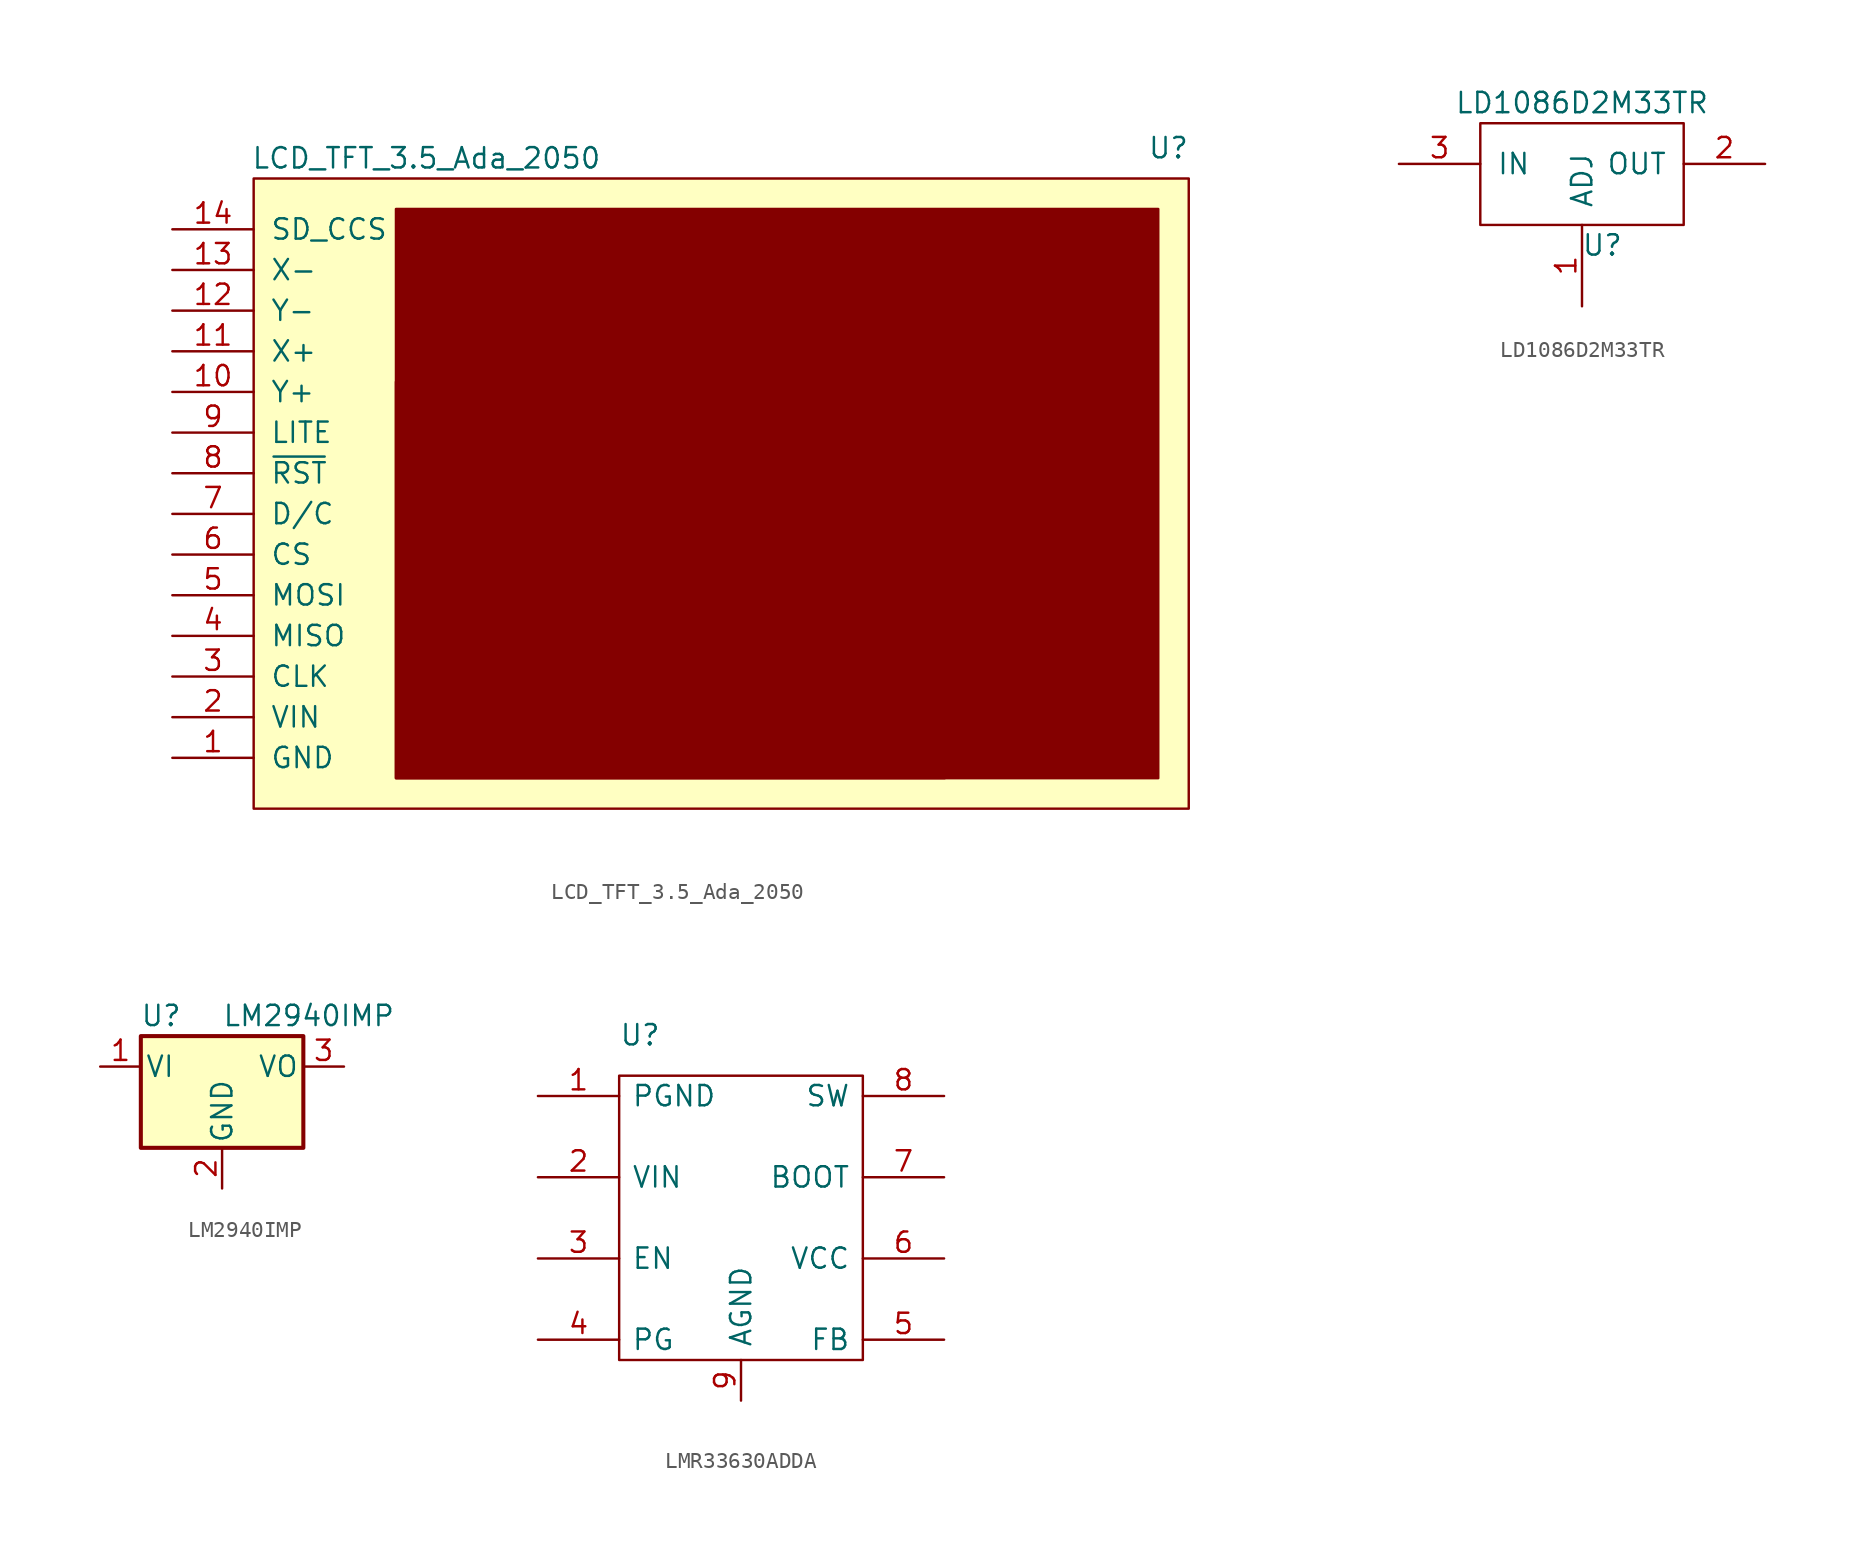
<source format=kicad_sym>
(kicad_symbol_lib
  (version 20211014)
  (generator kicad_symbol_editor)
  (symbol "LCD_TFT_3.5_Ada_2050"
    (pin_names
      (offset 1.016))
    (property "Reference" "U"
      (at 57.15 26.67 0)
      (effects (font (size 1.27 1.27))))
    (property "Value" "LCD_TFT_3.5_Ada_2050"
      (at 10.795 26.035 0)
      (effects (font (size 1.27 1.27))))
    (symbol "LCD_TFT_3.5_Ada_2050_0_1"
      (rectangle (start 0 24.765) (end 58.42 -14.605) (stroke (width 0) (type default) (color 0 0 0 0)) (fill (type background)))
      (rectangle (start 8.89 -12.7) (end 56.515 22.86) (stroke (width 0) (type default) (color 0 0 0 0)) (fill (type outline)))
      (rectangle (start 43.18 12.065) (end 8.89 -12.7) (stroke (width 0) (type default) (color 0 0 0 0)) (fill (type outline))))
    (symbol "LCD_TFT_3.5_Ada_2050_1_1"
      (pin input line (at -5.08 -11.43 0) (length 5.08) (name "GND" (effects (font (size 1.27 1.27)))) (number "1" (effects (font (size 1.27 1.27)))))
      (pin input line (at -5.08 11.43 0) (length 5.08) (name "Y+" (effects (font (size 1.27 1.27)))) (number "10" (effects (font (size 1.27 1.27)))))
      (pin input line (at -5.08 13.97 0) (length 5.08) (name "X+" (effects (font (size 1.27 1.27)))) (number "11" (effects (font (size 1.27 1.27)))))
      (pin input line (at -5.08 16.51 0) (length 5.08) (name "Y-" (effects (font (size 1.27 1.27)))) (number "12" (effects (font (size 1.27 1.27)))))
      (pin input line (at -5.08 19.05 0) (length 5.08) (name "X-" (effects (font (size 1.27 1.27)))) (number "13" (effects (font (size 1.27 1.27)))))
      (pin input line (at -5.08 21.59 0) (length 5.08) (name "SD_CCS" (effects (font (size 1.27 1.27)))) (number "14" (effects (font (size 1.27 1.27)))))
      (pin input line (at -5.08 -8.89 0) (length 5.08) (name "VIN" (effects (font (size 1.27 1.27)))) (number "2" (effects (font (size 1.27 1.27)))))
      (pin input line (at -5.08 -6.35 0) (length 5.08) (name "CLK" (effects (font (size 1.27 1.27)))) (number "3" (effects (font (size 1.27 1.27)))))
      (pin input line (at -5.08 -3.81 0) (length 5.08) (name "MISO" (effects (font (size 1.27 1.27)))) (number "4" (effects (font (size 1.27 1.27)))))
      (pin input line (at -5.08 -1.27 0) (length 5.08) (name "MOSI" (effects (font (size 1.27 1.27)))) (number "5" (effects (font (size 1.27 1.27)))))
      (pin input line (at -5.08 1.27 0) (length 5.08) (name "CS" (effects (font (size 1.27 1.27)))) (number "6" (effects (font (size 1.27 1.27)))))
      (pin input line (at -5.08 3.81 0) (length 5.08) (name "D/C" (effects (font (size 1.27 1.27)))) (number "7" (effects (font (size 1.27 1.27)))))
      (pin input line (at -5.08 6.35 0) (length 5.08) (name "~{RST}" (effects (font (size 1.27 1.27)))) (number "8" (effects (font (size 1.27 1.27)))))
      (pin input line (at -5.08 8.89 0) (length 5.08) (name "LITE" (effects (font (size 1.27 1.27)))) (number "9" (effects (font (size 1.27 1.27)))))))
  (symbol "LD1086D2M33TR"
    (pin_names
      (offset 1.016))
    (property "Reference" "U"
      (at -5.08 -1.27 0)
      (effects (font (size 1.27 1.27))))
    (property "Value" "LD1086D2M33TR"
      (at -6.35 7.62 0)
      (effects (font (size 1.27 1.27))))
    (symbol "LD1086D2M33TR_0_1"
      (rectangle (start -12.7 6.35) (end 0 0) (stroke (width 0) (type default) (color 0 0 0 0)) (fill (type none))))
    (symbol "LD1086D2M33TR_1_1"
      (pin input line (at -6.35 -5.08 90) (length 5.08) (name "ADJ" (effects (font (size 1.27 1.27)))) (number "1" (effects (font (size 1.27 1.27)))))
      (pin input line (at 5.08 3.81 180) (length 5.08) (name "OUT" (effects (font (size 1.27 1.27)))) (number "2" (effects (font (size 1.27 1.27)))))
      (pin input line (at -17.78 3.81 0) (length 5.08) (name "IN" (effects (font (size 1.27 1.27)))) (number "3" (effects (font (size 1.27 1.27)))))))
  (symbol "LM2940IMP"
    (pin_names
      (offset 0.254))
    (property "Reference" "U"
      (at -3.81 3.175 0)
      (effects (font (size 1.27 1.27))))
    (property "Value" "LM2940IMP"
      (at 0 3.175 0)
      (effects (font (size 1.27 1.27)) (justify left)))
    (symbol "LM2940IMP_0_1"
      (rectangle (start -5.08 -5.08) (end 5.08 1.905) (stroke (width 0.254) (type default) (color 0 0 0 0)) (fill (type background))))
    (symbol "LM2940IMP_1_1"
      (pin power_in line (at -7.62 0 0) (length 2.54) (name "VI" (effects (font (size 1.27 1.27)))) (number "1" (effects (font (size 1.27 1.27)))))
      (pin power_in line (at 0 -7.62 90) (length 2.54) (name "GND" (effects (font (size 1.27 1.27)))) (number "2" (effects (font (size 1.27 1.27)))))
      (pin power_out line (at 7.62 0 180) (length 2.54) (name "VO" (effects (font (size 1.27 1.27)))) (number "3" (effects (font (size 1.27 1.27)))))))
  (symbol "LMR33630ADDA"
    (pin_names
      (offset 0.762))
    (property "Reference" "U"
      (at 0 20.32 0)
      (effects (font (size 1.27 1.27)) (justify left)))
    (symbol "LMR33630ADDA_0_0"
      (pin unspecified line (at -5.08 16.51 0) (length 5.08) (name "PGND" (effects (font (size 1.27 1.27)))) (number "1" (effects (font (size 1.27 1.27)))))
      (pin unspecified line (at -5.08 11.43 0) (length 5.08) (name "VIN" (effects (font (size 1.27 1.27)))) (number "2" (effects (font (size 1.27 1.27)))))
      (pin unspecified line (at -5.08 6.35 0) (length 5.08) (name "EN" (effects (font (size 1.27 1.27)))) (number "3" (effects (font (size 1.27 1.27)))))
      (pin unspecified line (at -5.08 1.27 0) (length 5.08) (name "PG" (effects (font (size 1.27 1.27)))) (number "4" (effects (font (size 1.27 1.27)))))
      (pin unspecified line (at 20.32 1.27 180) (length 5.08) (name "FB" (effects (font (size 1.27 1.27)))) (number "5" (effects (font (size 1.27 1.27)))))
      (pin unspecified line (at 20.32 6.35 180) (length 5.08) (name "VCC" (effects (font (size 1.27 1.27)))) (number "6" (effects (font (size 1.27 1.27)))))
      (pin unspecified line (at 20.32 11.43 180) (length 5.08) (name "BOOT" (effects (font (size 1.27 1.27)))) (number "7" (effects (font (size 1.27 1.27)))))
      (pin unspecified line (at 20.32 16.51 180) (length 5.08) (name "SW" (effects (font (size 1.27 1.27)))) (number "8" (effects (font (size 1.27 1.27)))))
      (pin unspecified line (at 7.62 -2.54 90) (length 2.54) (name "AGND" (effects (font (size 1.27 1.27)))) (number "9" (effects (font (size 1.27 1.27))))))
    (symbol "LMR33630ADDA_0_1"
      (rectangle (start 0 17.78) (end 15.24 0) (stroke (width 0) (type default) (color 0 0 0 0)) (fill (type none))))))
</source>
